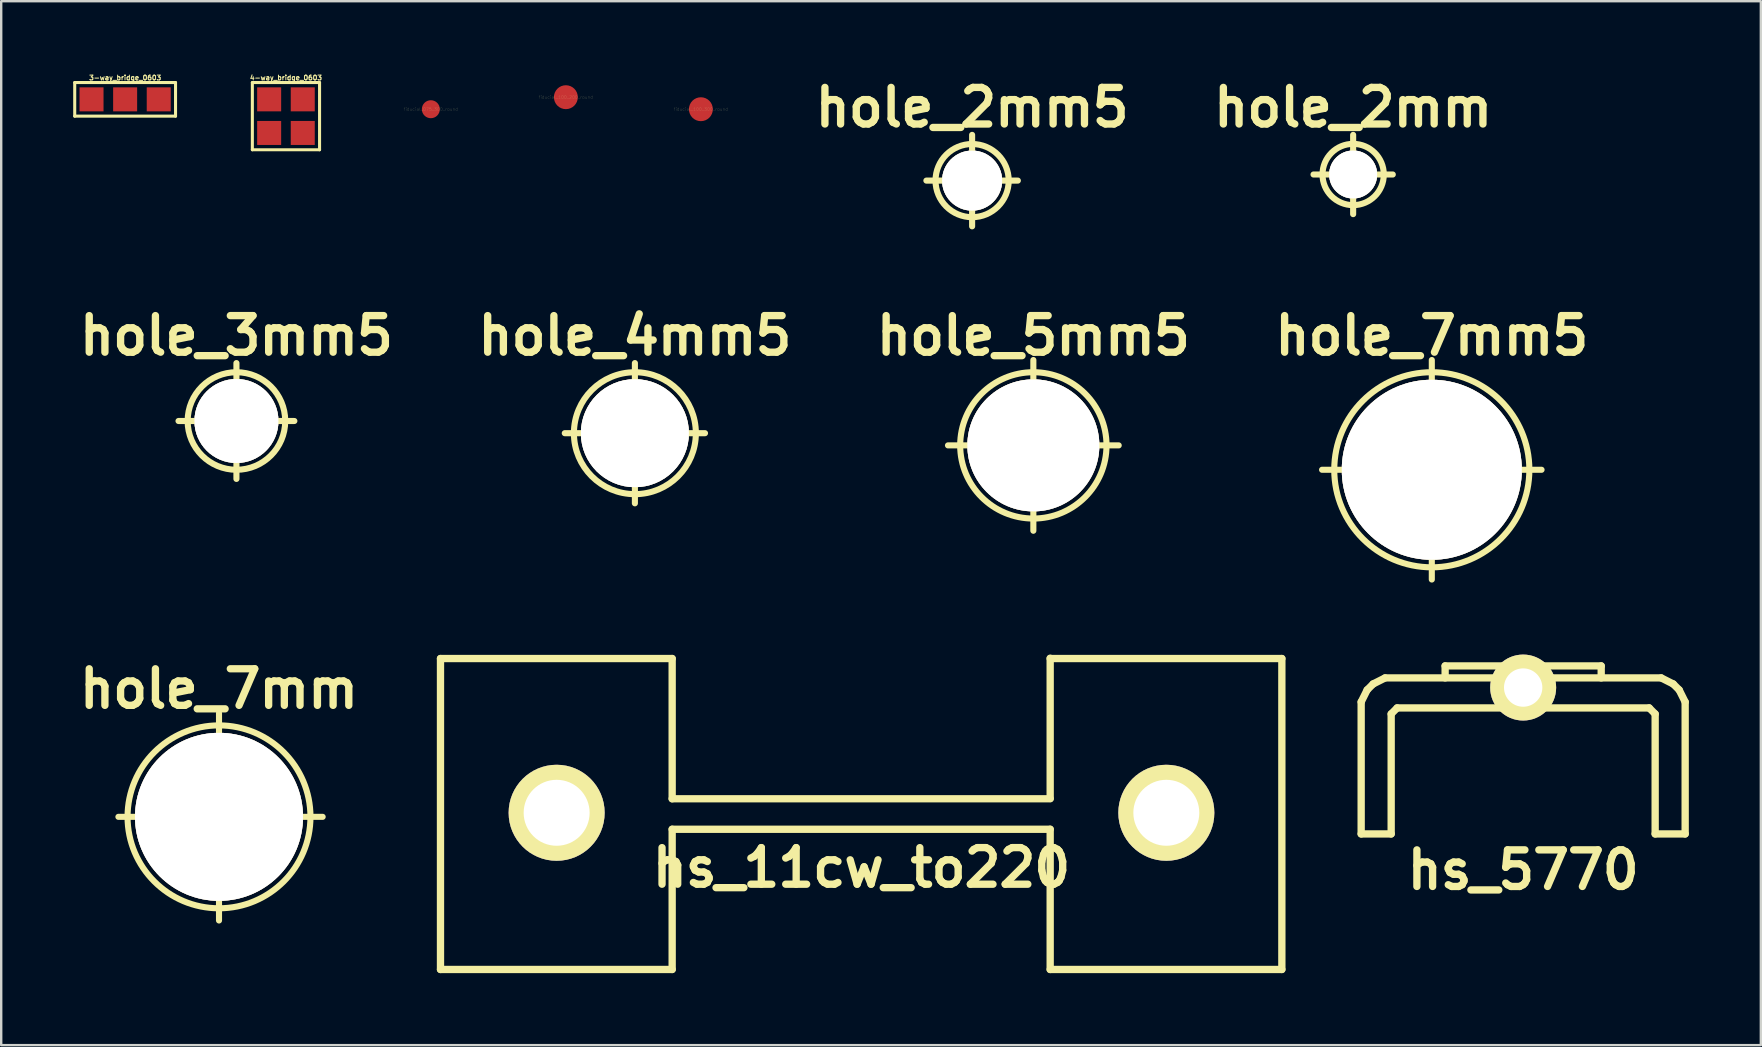
<source format=kicad_pcb>
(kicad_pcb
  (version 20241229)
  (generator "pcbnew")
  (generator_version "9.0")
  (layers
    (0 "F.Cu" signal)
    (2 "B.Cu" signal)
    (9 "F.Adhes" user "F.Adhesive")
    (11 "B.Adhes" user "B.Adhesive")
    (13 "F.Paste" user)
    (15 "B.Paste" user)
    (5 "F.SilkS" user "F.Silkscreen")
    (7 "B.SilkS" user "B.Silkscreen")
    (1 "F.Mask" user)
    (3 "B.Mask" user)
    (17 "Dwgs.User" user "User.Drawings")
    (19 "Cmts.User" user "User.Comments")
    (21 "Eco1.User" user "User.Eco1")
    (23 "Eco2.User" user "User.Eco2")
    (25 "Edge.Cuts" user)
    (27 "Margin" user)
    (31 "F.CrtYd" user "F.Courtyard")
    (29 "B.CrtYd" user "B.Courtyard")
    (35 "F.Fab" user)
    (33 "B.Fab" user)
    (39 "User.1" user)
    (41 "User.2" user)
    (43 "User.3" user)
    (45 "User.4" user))
  (footprint "3-way_bridge_0603"
    (layer "F.Cu")
    (at 2.163 1.089)
    (property "Reference" "3-way_bridge_0603" (at 0 -0.9 0) (layer "F.SilkS") (effects (font (size 0.201 0.201) (thickness 0.041))))
    (attr exclude_from_pos_files exclude_from_bom)
    (fp_line (start -2.1 -0.7) (end -2.1 0.7) (stroke (width 0.127) (type solid)) (layer "F.SilkS"))
    (fp_line (start -2.1 -0.7) (end 2.1 -0.7) (stroke (width 0.127) (type solid)) (layer "F.SilkS"))
    (fp_line (start 2.1 -0.7) (end 2.1 0.7) (stroke (width 0.127) (type solid)) (layer "F.SilkS"))
    (fp_line (start 2.1 0.7) (end -2.1 0.7) (stroke (width 0.127) (type solid)) (layer "F.SilkS"))
    (pad "1" smd rect (at 1.4 0) (size 1 1) (layers "F.Cu" "F.Mask" "F.Paste"))
    (pad "2" smd rect (at 0 0) (size 1 1) (layers "F.Cu" "F.Mask" "F.Paste"))
    (pad "3" smd rect (at -1.4 0) (size 1 1) (layers "F.Cu" "F.Mask" "F.Paste")))
  (footprint "fiducial_100_300_round"
    (layer "F.Cu")
    (at 26.149 1.5)
    (property "Reference" "fiducial_100_300_round" (at 0 0 0) (layer "F.SilkS") (effects (font (size 0.127 0.127) (thickness 0.003))))
    (attr exclude_from_pos_files exclude_from_bom)
    (pad "" smd circle (at 0 0) (size 3 3) (layers "F.Mask"))
    (pad "1" smd circle (at 0 0) (size 0.996 0.996) (layers "F.Cu" "F.Mask")))
  (footprint "fiducial_075_300_round"
    (layer "F.Cu")
    (at 14.899 1.5)
    (property "Reference" "fiducial_075_300_round" (at 0 0 0) (layer "F.SilkS") (effects (font (size 0.127 0.127) (thickness 0.003))))
    (attr exclude_from_pos_files exclude_from_bom)
    (pad "" smd circle (at 0 0) (size 3 3) (layers "F.Mask"))
    (pad "1" smd circle (at 0 0) (size 0.749 0.749) (layers "F.Cu" "F.Mask")))
  (footprint "hole_2mm"
    (layer "F.Cu")
    (at 53.323 4.22)
    (property "Reference" "hole_2mm" (at 0 -2.794 0) (layer "F.SilkS") (effects (font (size 1.524 1.524) (thickness 0.305))))
    (attr exclude_from_pos_files exclude_from_bom)
    (fp_line (start -1.651 0) (end 1.651 0) (stroke (width 0.254) (type solid)) (layer "F.SilkS"))
    (fp_line (start 0 -1.651) (end 0 1.651) (stroke (width 0.254) (type solid)) (layer "F.SilkS"))
    (fp_circle (center 0 0) (end 1.27 -0.127) (stroke (width 0.254) (type solid)) (fill no) (layer "F.SilkS"))
    (pad "1" thru_hole circle (at 0 0) (size 1.999 1.999) (drill 1.999) (layers "*.Cu" "F.SilkS")))
  (footprint "hole_2mm5"
    (layer "F.Cu")
    (at 37.449 4.474)
    (property "Reference" "hole_2mm5" (at 0 -3.048 0) (layer "F.SilkS") (effects (font (size 1.524 1.524) (thickness 0.305))))
    (attr exclude_from_pos_files exclude_from_bom)
    (fp_line (start -1.905 0) (end 1.905 0) (stroke (width 0.254) (type solid)) (layer "F.SilkS"))
    (fp_line (start 0 -1.905) (end 0 1.905) (stroke (width 0.254) (type solid)) (layer "F.SilkS"))
    (fp_circle (center 0 0) (end 1.524 0) (stroke (width 0.254) (type solid)) (fill no) (layer "F.SilkS"))
    (pad "1" thru_hole circle (at 0 0) (size 2.502 2.502) (drill 2.502) (layers "*.Cu" "F.SilkS")))
  (footprint "hole_7mm"
    (layer "F.Cu")
    (at 6.074 30.98)
    (property "Reference" "hole_7mm" (at 0 -5.334 0) (layer "F.SilkS") (effects (font (size 1.524 1.524) (thickness 0.305))))
    (attr exclude_from_pos_files exclude_from_bom)
    (fp_line (start -4.191 0) (end 4.318 0) (stroke (width 0.254) (type solid)) (layer "F.SilkS"))
    (fp_line (start 0 -4.318) (end 0 4.318) (stroke (width 0.254) (type solid)) (layer "F.SilkS"))
    (fp_circle (center 0 0) (end 3.81 0) (stroke (width 0.254) (type solid)) (fill no) (layer "F.SilkS"))
    (pad "1" thru_hole circle (at 0 0) (size 7 7) (drill 7) (layers "*.Cu" "F.SilkS")))
  (footprint "hole_7mm5"
    (layer "F.Cu")
    (at 56.6 16.521)
    (property "Reference" "hole_7mm5" (at 0 -5.588 0) (layer "F.SilkS") (effects (font (size 1.524 1.524) (thickness 0.305))))
    (attr exclude_from_pos_files exclude_from_bom)
    (fp_line (start -4.572 0) (end 4.572 0) (stroke (width 0.254) (type solid)) (layer "F.SilkS"))
    (fp_line (start 0 -4.572) (end 0 4.572) (stroke (width 0.254) (type solid)) (layer "F.SilkS"))
    (fp_circle (center 0 0) (end 4.064 0) (stroke (width 0.254) (type solid)) (fill no) (layer "F.SilkS"))
    (pad "1" thru_hole circle (at 0 0) (size 7.501 7.501) (drill 7.501) (layers "*.Cu" "F.SilkS")))
  (footprint "hole_5mm5"
    (layer "F.Cu")
    (at 40 15.505)
    (property "Reference" "hole_5mm5" (at 0 -4.572 0) (layer "F.SilkS") (effects (font (size 1.524 1.524) (thickness 0.305))))
    (attr exclude_from_pos_files exclude_from_bom)
    (fp_line (start -3.556 0) (end 3.556 0) (stroke (width 0.254) (type solid)) (layer "F.SilkS"))
    (fp_line (start 0 -3.556) (end 0 3.556) (stroke (width 0.254) (type solid)) (layer "F.SilkS"))
    (fp_circle (center 0 0) (end 3.048 0) (stroke (width 0.254) (type solid)) (fill no) (layer "F.SilkS"))
    (pad "1" thru_hole circle (at 0 0) (size 5.499 5.499) (drill 5.499) (layers "*.Cu" "F.SilkS")))
  (footprint "fiducial_100_200_round"
    (layer "F.Cu")
    (at 20.524 0.999)
    (property "Reference" "fiducial_100_200_round" (at 0 0 0) (layer "F.SilkS") (effects (font (size 0.127 0.127) (thickness 0.003))))
    (attr exclude_from_pos_files exclude_from_bom)
    (pad "" smd circle (at 0 0) (size 1.999 1.999) (layers "F.Mask"))
    (pad "1" smd circle (at 0 0) (size 0.996 0.996) (layers "F.Cu" "F.Mask")))
  (footprint "hole_4mm5"
    (layer "F.Cu")
    (at 23.4 14.997)
    (property "Reference" "hole_4mm5" (at 0 -4.064 0) (layer "F.SilkS") (effects (font (size 1.524 1.524) (thickness 0.305))))
    (attr exclude_from_pos_files exclude_from_bom)
    (fp_line (start -2.921 0) (end 2.921 0) (stroke (width 0.254) (type solid)) (layer "F.SilkS"))
    (fp_line (start 0 -2.921) (end 0 2.921) (stroke (width 0.254) (type solid)) (layer "F.SilkS"))
    (fp_circle (center 0 0) (end 2.54 0) (stroke (width 0.254) (type solid)) (fill no) (layer "F.SilkS"))
    (pad "1" thru_hole circle (at 0 0) (size 4.501 4.501) (drill 4.501) (layers "*.Cu" "F.SilkS")))
  (footprint "4-way_bridge_0603"
    (layer "F.Cu")
    (at 8.863 1.789)
    (property "Reference" "4-way_bridge_0603" (at 0 -1.6 0) (layer "F.SilkS") (effects (font (size 0.201 0.201) (thickness 0.041))))
    (attr exclude_from_pos_files exclude_from_bom)
    (fp_line (start -1.4 -1.4) (end 1.4 -1.4) (stroke (width 0.127) (type solid)) (layer "F.SilkS"))
    (fp_line (start -1.4 1.4) (end -1.4 -1.4) (stroke (width 0.127) (type solid)) (layer "F.SilkS"))
    (fp_line (start 1.4 1.4) (end -1.4 1.4) (stroke (width 0.127) (type solid)) (layer "F.SilkS"))
    (fp_line (start 1.4 1.4) (end 1.4 -1.4) (stroke (width 0.127) (type solid)) (layer "F.SilkS"))
    (pad "1" smd rect (at 0.7 -0.7) (size 1 1) (layers "F.Cu" "F.Mask" "F.Paste"))
    (pad "2" smd rect (at 0.7 0.7) (size 1 1) (layers "F.Cu" "F.Mask" "F.Paste"))
    (pad "3" smd rect (at -0.7 -0.7) (size 1 1) (layers "F.Cu" "F.Mask" "F.Paste"))
    (pad "4" smd rect (at -0.7 0.7) (size 1 1) (layers "F.Cu" "F.Mask" "F.Paste")))
  (footprint "hs_5770"
    (layer "F.Cu")
    (at 60.406 26.442)
    (property "Reference" "hs_5770" (at 0 6.749 0) (layer "F.SilkS") (effects (font (size 1.524 1.524) (thickness 0.305))))
    (attr through_hole)
    (fp_line (start -6.749 -0.249) (end -6.5 -0.749) (stroke (width 0.305) (type solid)) (layer "F.SilkS"))
    (fp_line (start -6.749 5.25) (end -6.749 -0.249) (stroke (width 0.305) (type solid)) (layer "F.SilkS"))
    (fp_line (start -6.5 -0.749) (end -6.251 -0.998) (stroke (width 0.305) (type solid)) (layer "F.SilkS"))
    (fp_line (start -6.251 -0.998) (end -5.751 -1.25) (stroke (width 0.305) (type solid)) (layer "F.SilkS"))
    (fp_line (start -5.499 0.251) (end -5.499 5.25) (stroke (width 0.305) (type solid)) (layer "F.SilkS"))
    (fp_line (start -5.499 0.251) (end -5.25 0) (stroke (width 0.305) (type solid)) (layer "F.SilkS"))
    (fp_line (start -5.499 5.25) (end -6.749 5.25) (stroke (width 0.305) (type solid)) (layer "F.SilkS"))
    (fp_line (start -5.25 0) (end 5.25 0) (stroke (width 0.305) (type solid)) (layer "F.SilkS"))
    (fp_line (start -3.251 -1.75) (end 3.251 -1.75) (stroke (width 0.305) (type solid)) (layer "F.SilkS"))
    (fp_line (start -3.251 -1.25) (end -3.251 -1.75) (stroke (width 0.305) (type solid)) (layer "F.SilkS"))
    (fp_line (start 3.251 -1.75) (end 3.251 -1.25) (stroke (width 0.305) (type solid)) (layer "F.SilkS"))
    (fp_line (start 5.25 0) (end 5.499 0.251) (stroke (width 0.305) (type solid)) (layer "F.SilkS"))
    (fp_line (start 5.499 5.25) (end 5.499 0.251) (stroke (width 0.305) (type solid)) (layer "F.SilkS"))
    (fp_line (start 5.751 -1.25) (end -5.751 -1.25) (stroke (width 0.305) (type solid)) (layer "F.SilkS"))
    (fp_line (start 5.751 -1.25) (end 6.251 -0.998) (stroke (width 0.305) (type solid)) (layer "F.SilkS"))
    (fp_line (start 6.251 -0.998) (end 6.5 -0.749) (stroke (width 0.305) (type solid)) (layer "F.SilkS"))
    (fp_line (start 6.5 -0.749) (end 6.749 -0.249) (stroke (width 0.305) (type solid)) (layer "F.SilkS"))
    (fp_line (start 6.749 -0.249) (end 6.749 5.25) (stroke (width 0.305) (type solid)) (layer "F.SilkS"))
    (fp_line (start 6.749 5.25) (end 5.499 5.25) (stroke (width 0.305) (type solid)) (layer "F.SilkS"))
    (pad "" thru_hole circle (at 0 -0.848) (size 2.748 2.748) (drill 1.598) (layers "*.Cu" "*.Mask" "F.SilkS")))
  (footprint "hole_3mm5"
    (layer "F.Cu")
    (at 6.8 14.489)
    (property "Reference" "hole_3mm5" (at 0 -3.556 0) (layer "F.SilkS") (effects (font (size 1.524 1.524) (thickness 0.305))))
    (attr exclude_from_pos_files exclude_from_bom)
    (fp_line (start -2.413 0) (end 2.413 0) (stroke (width 0.254) (type solid)) (layer "F.SilkS"))
    (fp_line (start 0 -2.413) (end 0 2.413) (stroke (width 0.254) (type solid)) (layer "F.SilkS"))
    (fp_circle (center 0 0) (end 2.032 0) (stroke (width 0.254) (type solid)) (fill no) (layer "F.SilkS"))
    (pad "1" thru_hole circle (at 0 0) (size 3.5 3.5) (drill 3.5) (layers "*.Cu" "F.SilkS")))
  (footprint "hs_11cw_to220"
    (layer "F.Cu")
    (at 32.84 30.811)
    (property "Reference" "hs_11cw_to220" (at 0 2.286 0) (layer "F.SilkS") (effects (font (size 1.524 1.524) (thickness 0.305))))
    (attr through_hole)
    (fp_line (start -17.539 -6.426) (end -17.539 6.528) (stroke (width 0.305) (type solid)) (layer "F.SilkS"))
    (fp_line (start -17.539 6.528) (end -7.887 6.528) (stroke (width 0.305) (type solid)) (layer "F.SilkS"))
    (fp_line (start -7.887 -6.426) (end -17.539 -6.426) (stroke (width 0.305) (type solid)) (layer "F.SilkS"))
    (fp_line (start -7.887 -6.426) (end -7.887 -0.584) (stroke (width 0.305) (type solid)) (layer "F.SilkS"))
    (fp_line (start -7.887 0.686) (end -7.887 6.528) (stroke (width 0.305) (type solid)) (layer "F.SilkS"))
    (fp_line (start -7.887 0.686) (end 7.861 0.686) (stroke (width 0.305) (type solid)) (layer "F.SilkS"))
    (fp_line (start 7.861 -6.439) (end 7.861 -0.597) (stroke (width 0.305) (type solid)) (layer "F.SilkS"))
    (fp_line (start 7.861 -0.584) (end -7.887 -0.584) (stroke (width 0.305) (type solid)) (layer "F.SilkS"))
    (fp_line (start 7.861 6.528) (end 7.861 0.686) (stroke (width 0.305) (type solid)) (layer "F.SilkS"))
    (fp_line (start 7.861 6.528) (end 17.513 6.528) (stroke (width 0.305) (type solid)) (layer "F.SilkS"))
    (fp_line (start 17.513 -6.426) (end 7.861 -6.426) (stroke (width 0.305) (type solid)) (layer "F.SilkS"))
    (fp_line (start 17.513 -6.426) (end 17.513 6.528) (stroke (width 0.305) (type solid)) (layer "F.SilkS"))
    (pad "" thru_hole circle (at -12.7 0) (size 4 4) (drill 2.748) (layers "*.Cu" "*.Mask" "F.SilkS"))
    (pad "" thru_hole circle (at 12.7 0) (size 4 4) (drill 2.748) (layers "*.Cu" "*.Mask" "F.SilkS")))
  (gr_rect
    (start -3 -3)
    (end 70.308 40.491)
    (stroke (width 0.1) (type default))
    (fill no)
    (layer "Edge.Cuts")))
</source>
